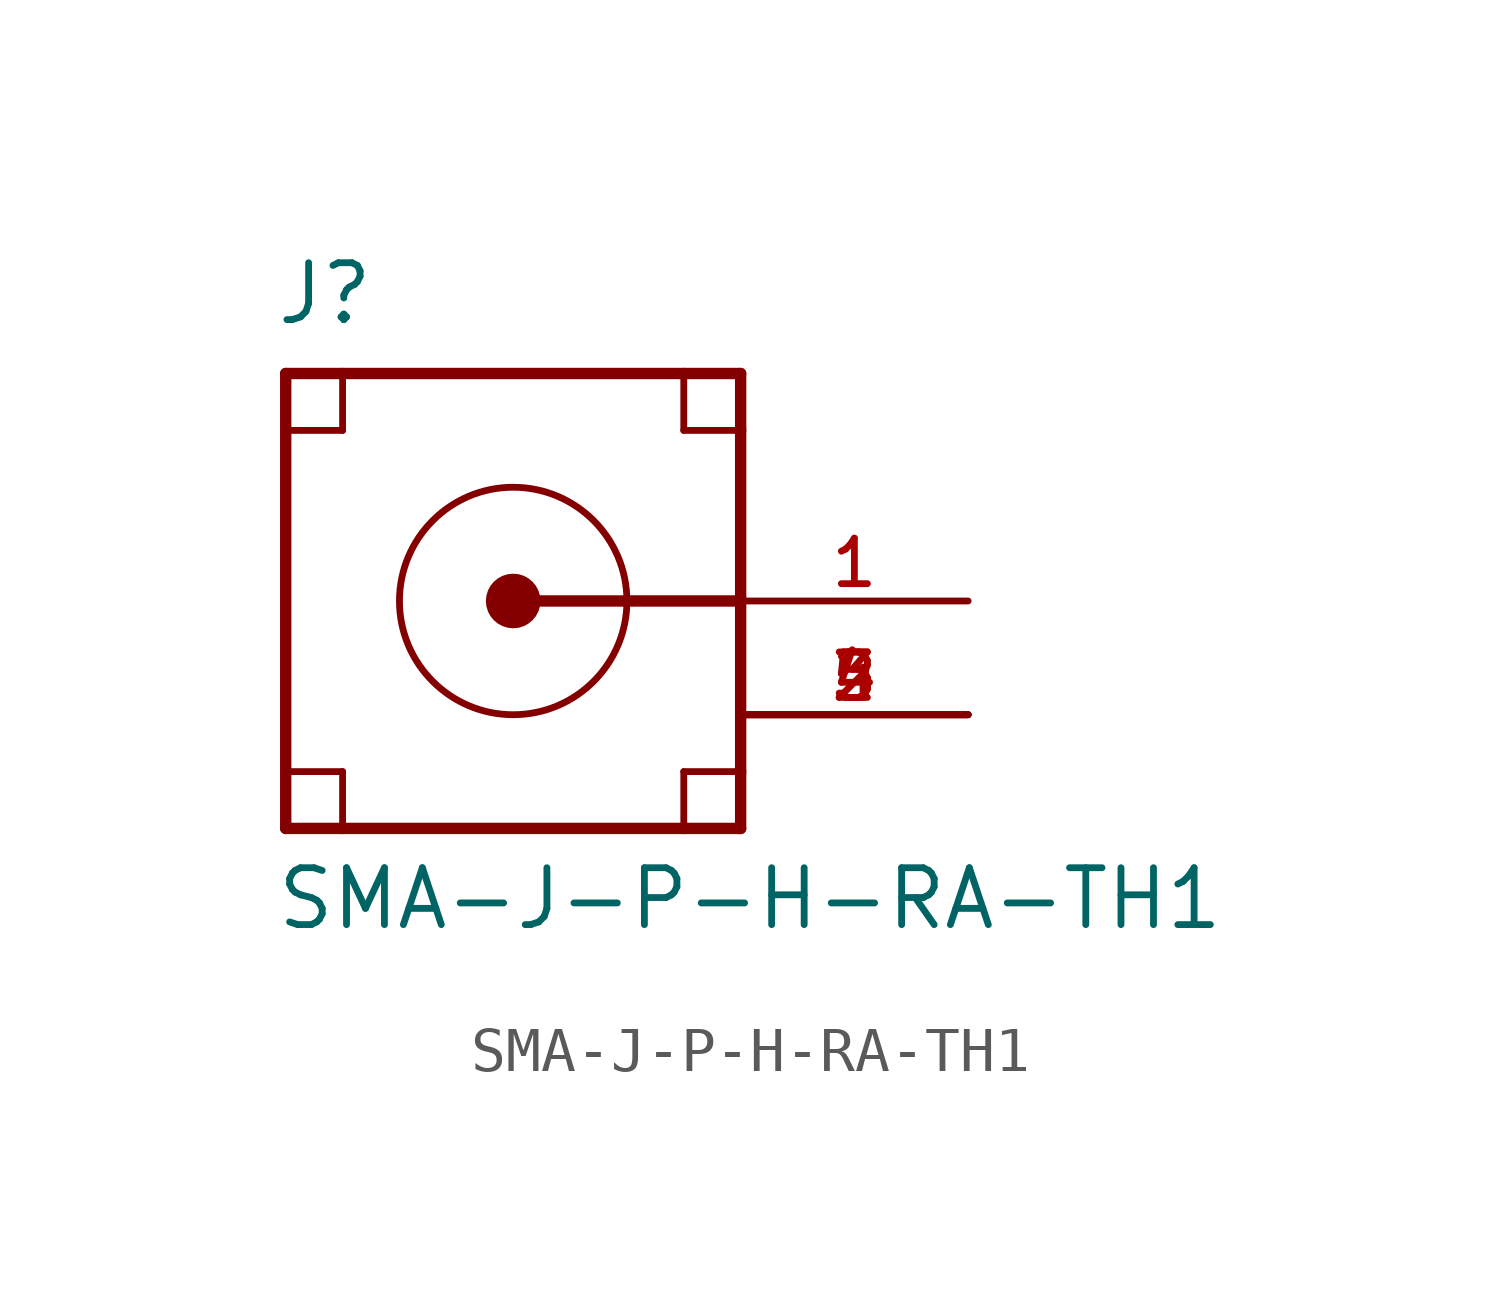
<source format=kicad_sym>
(kicad_symbol_lib
  (version 20211014)
  (generator kicad_symbol_editor)
  (symbol "SMA-J-P-H-RA-TH1"
    (pin_names
      (offset 1.016) hide)
    (property "Reference" "J"
      (at -5.334 6.121 0)
      (effects (font (size 1.27 1.27)) (justify left bottom)))
    (property "Value" "SMA-J-P-H-RA-TH1"
      (at -5.334 -7.391 0)
      (effects (font (size 1.27 1.27)) (justify left bottom)))
    (property "ki_locked" ""
      (at 0 0 0)
      (effects (font (size 1.27 1.27))))
    (symbol "SMA-J-P-H-RA-TH1_0_0"
      (polyline (pts (xy -5.08 -5.08) (xy -3.81 -5.08)) (stroke (width 0.254) (type default) (color 0 0 0 0)) (fill (type none)))
      (polyline (pts (xy -5.08 -3.81) (xy -5.08 -5.08)) (stroke (width 0.254) (type default) (color 0 0 0 0)) (fill (type none)))
      (polyline (pts (xy -5.08 -3.81) (xy -3.81 -3.81)) (stroke (width 0.152) (type default) (color 0 0 0 0)) (fill (type none)))
      (polyline (pts (xy -5.08 3.81) (xy -5.08 -3.81)) (stroke (width 0.254) (type default) (color 0 0 0 0)) (fill (type none)))
      (polyline (pts (xy -5.08 3.81) (xy -3.81 3.81)) (stroke (width 0.152) (type default) (color 0 0 0 0)) (fill (type none)))
      (polyline (pts (xy -5.08 5.08) (xy -5.08 3.81)) (stroke (width 0.254) (type default) (color 0 0 0 0)) (fill (type none)))
      (polyline (pts (xy -3.81 -5.08) (xy 3.81 -5.08)) (stroke (width 0.254) (type default) (color 0 0 0 0)) (fill (type none)))
      (polyline (pts (xy -3.81 -3.81) (xy -3.81 -5.08)) (stroke (width 0.152) (type default) (color 0 0 0 0)) (fill (type none)))
      (polyline (pts (xy -3.81 3.81) (xy -3.81 5.08)) (stroke (width 0.152) (type default) (color 0 0 0 0)) (fill (type none)))
      (polyline (pts (xy -3.81 5.08) (xy -5.08 5.08)) (stroke (width 0.254) (type default) (color 0 0 0 0)) (fill (type none)))
      (polyline (pts (xy 3.81 -5.08) (xy 5.08 -5.08)) (stroke (width 0.254) (type default) (color 0 0 0 0)) (fill (type none)))
      (polyline (pts (xy 3.81 -3.81) (xy 3.81 -5.08)) (stroke (width 0.152) (type default) (color 0 0 0 0)) (fill (type none)))
      (polyline (pts (xy 3.81 3.81) (xy 5.08 3.81)) (stroke (width 0.152) (type default) (color 0 0 0 0)) (fill (type none)))
      (polyline (pts (xy 3.81 5.08) (xy -3.81 5.08)) (stroke (width 0.254) (type default) (color 0 0 0 0)) (fill (type none)))
      (polyline (pts (xy 3.81 5.08) (xy 3.81 3.81)) (stroke (width 0.152) (type default) (color 0 0 0 0)) (fill (type none)))
      (polyline (pts (xy 5.08 -5.08) (xy 5.08 -3.81)) (stroke (width 0.254) (type default) (color 0 0 0 0)) (fill (type none)))
      (polyline (pts (xy 5.08 -3.81) (xy 3.81 -3.81)) (stroke (width 0.152) (type default) (color 0 0 0 0)) (fill (type none)))
      (polyline (pts (xy 5.08 -3.81) (xy 5.08 0)) (stroke (width 0.254) (type default) (color 0 0 0 0)) (fill (type none)))
      (polyline (pts (xy 5.08 0) (xy 0 0)) (stroke (width 0.254) (type default) (color 0 0 0 0)) (fill (type none)))
      (polyline (pts (xy 5.08 0) (xy 5.08 3.81)) (stroke (width 0.254) (type default) (color 0 0 0 0)) (fill (type none)))
      (polyline (pts (xy 5.08 3.81) (xy 5.08 5.08)) (stroke (width 0.254) (type default) (color 0 0 0 0)) (fill (type none)))
      (polyline (pts (xy 5.08 5.08) (xy 3.81 5.08)) (stroke (width 0.254) (type default) (color 0 0 0 0)) (fill (type none)))
      (circle (center 0 0) (radius 0.305) (stroke (width 0.61) (type default) (color 0 0 0 0)) (fill (type none)))
      (circle (center 0 0) (radius 2.54) (stroke (width 0.152) (type default) (color 0 0 0 0)) (fill (type none)))
      (pin passive line (at 10.16 0 180) (length 5.08) (name "~" (effects (font (size 1.016 1.016)))) (number "1" (effects (font (size 1.016 1.016)))))
      (pin power_in line (at 10.16 -2.54 180) (length 5.08) (name "~" (effects (font (size 1.016 1.016)))) (number "2" (effects (font (size 1.016 1.016)))))
      (pin power_in line (at 10.16 -2.54 180) (length 5.08) (name "~" (effects (font (size 1.016 1.016)))) (number "3" (effects (font (size 1.016 1.016)))))
      (pin power_in line (at 10.16 -2.54 180) (length 5.08) (name "~" (effects (font (size 1.016 1.016)))) (number "4" (effects (font (size 1.016 1.016)))))
      (pin power_in line (at 10.16 -2.54 180) (length 5.08) (name "~" (effects (font (size 1.016 1.016)))) (number "5" (effects (font (size 1.016 1.016))))))))
</source>
